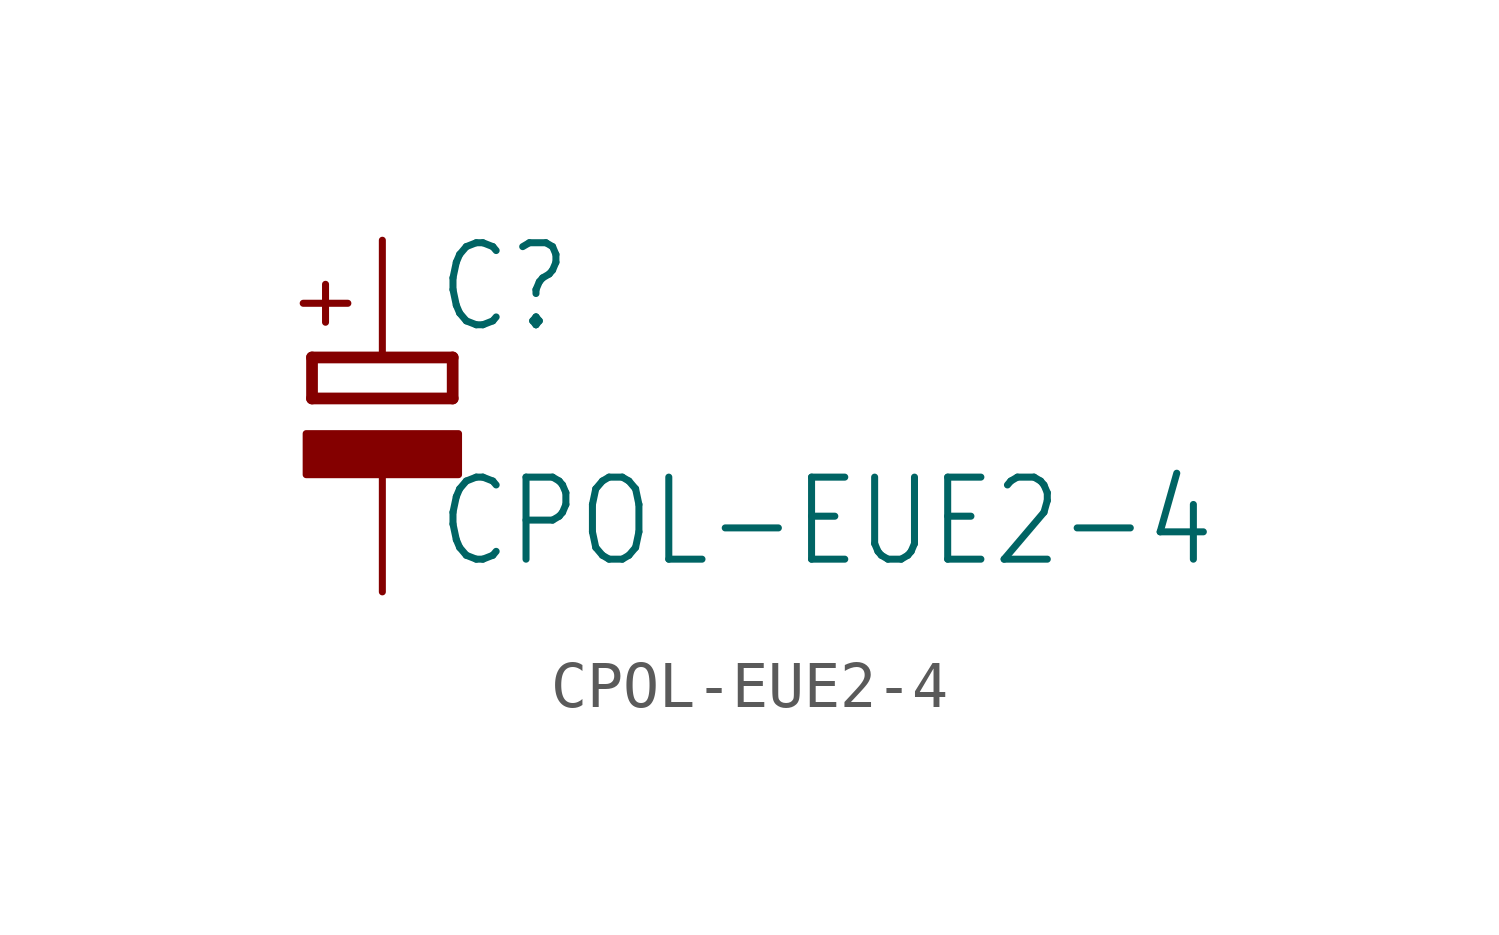
<source format=kicad_sym>
(kicad_symbol_lib
  (version 20220331)
  (generator kicad_symbol_editor)
  (symbol "CPOL-EUE2-4"
    (property "Reference" "C"
      (at 1.143 0.483 0)
      (effects (font (size 1.778 1.511)) (justify left bottom)))
    (property "Value" "CPOL-EUE2-4"
      (at 1.143 -4.597 0)
      (effects (font (size 1.778 1.511)) (justify left bottom)))
    (property "ki_locked" ""
      (at 0 0 0)
      (effects (font (size 1.27 1.27))))
    (symbol "CPOL-EUE2-4_1_0"
      (rectangle (start -1.651 -2.54) (end 1.651 -1.651) (stroke (width 0) (type default)) (fill (type outline)))
      (polyline (pts (xy -1.524 -0.889) (xy 1.524 -0.889)) (stroke (width 0.254) (type solid)) (fill (type none)))
      (polyline (pts (xy -1.524 0) (xy -1.524 -0.889)) (stroke (width 0.254) (type solid)) (fill (type none)))
      (polyline (pts (xy -1.524 0) (xy 1.524 0)) (stroke (width 0.254) (type solid)) (fill (type none)))
      (polyline (pts (xy 1.524 -0.889) (xy 1.524 0)) (stroke (width 0.254) (type solid)) (fill (type none)))
      (text "+" (at -0.584 0.406 900) (effects (font (size 1.27 1.079)) (justify left bottom)))
      (pin passive line (at 0 2.54 270) (length 2.54) (name "+" (effects (font (size 0 0)))) (number "+" (effects (font (size 0 0)))))
      (pin passive line (at 0 -5.08 90) (length 2.54) (name "-" (effects (font (size 0 0)))) (number "-" (effects (font (size 0 0))))))))
</source>
